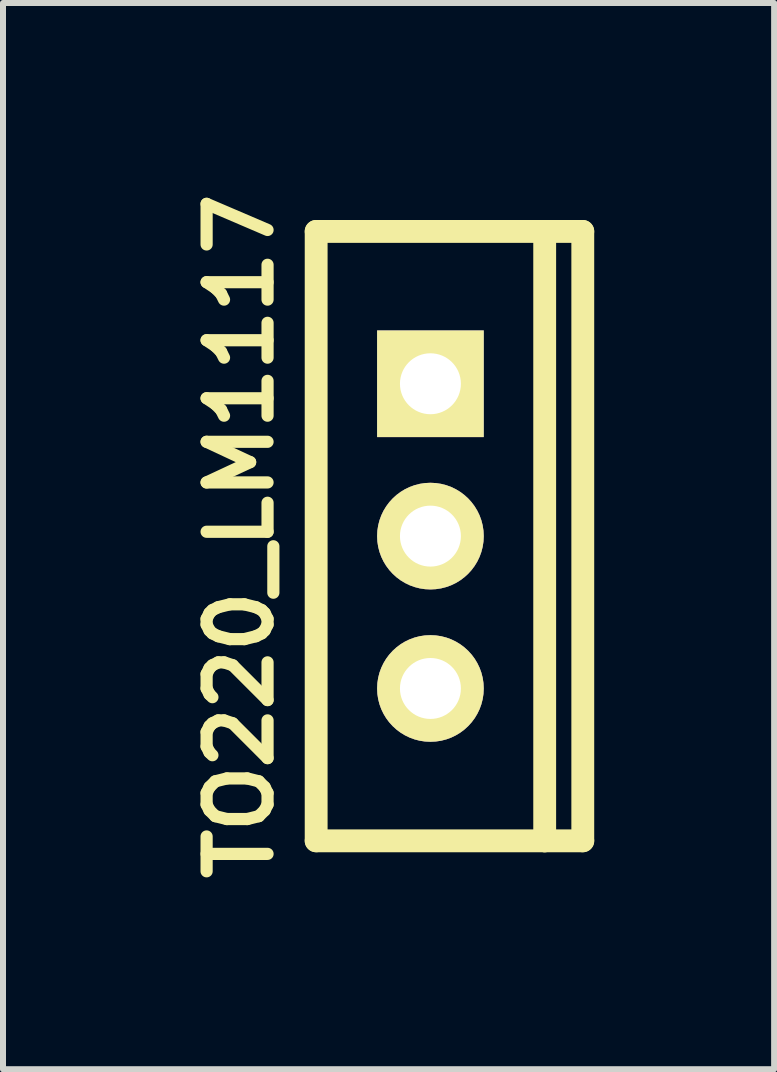
<source format=kicad_pcb>
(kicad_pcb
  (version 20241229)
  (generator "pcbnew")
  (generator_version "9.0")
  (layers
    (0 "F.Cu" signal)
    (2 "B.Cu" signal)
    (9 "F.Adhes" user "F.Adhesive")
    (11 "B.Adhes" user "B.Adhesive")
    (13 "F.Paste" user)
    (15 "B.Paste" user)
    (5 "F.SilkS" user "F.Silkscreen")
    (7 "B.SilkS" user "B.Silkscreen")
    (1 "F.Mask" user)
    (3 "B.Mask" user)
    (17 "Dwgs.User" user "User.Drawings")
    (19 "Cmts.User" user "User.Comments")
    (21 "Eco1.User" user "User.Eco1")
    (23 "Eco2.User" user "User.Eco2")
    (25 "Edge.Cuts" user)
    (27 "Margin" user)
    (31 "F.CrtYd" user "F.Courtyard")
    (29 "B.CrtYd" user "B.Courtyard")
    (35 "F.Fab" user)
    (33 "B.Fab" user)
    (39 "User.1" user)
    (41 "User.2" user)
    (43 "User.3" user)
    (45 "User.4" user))
  (footprint "TO220_LM1117"
    (layer "F.Cu")
    (at 4.126 5.888)
    (property "Reference" "TO220_LM1117" (at -3.175 0 90) (layer "F.SilkS") (effects (font (size 1.016 1.016) (thickness 0.203))))
    (attr through_hole)
    (fp_line (start -1.905 -5.08) (end 1.905 -5.08) (stroke (width 0.381) (type solid)) (layer "F.SilkS"))
    (fp_line (start -1.905 5.08) (end -1.905 -5.08) (stroke (width 0.381) (type solid)) (layer "F.SilkS"))
    (fp_line (start 1.905 -5.08) (end 1.905 5.08) (stroke (width 0.381) (type solid)) (layer "F.SilkS"))
    (fp_line (start 1.905 -5.08) (end 2.54 -5.08) (stroke (width 0.381) (type solid)) (layer "F.SilkS"))
    (fp_line (start 1.905 5.08) (end -1.905 5.08) (stroke (width 0.381) (type solid)) (layer "F.SilkS"))
    (fp_line (start 2.54 -5.08) (end 2.54 5.08) (stroke (width 0.381) (type solid)) (layer "F.SilkS"))
    (fp_line (start 2.54 5.08) (end 1.905 5.08) (stroke (width 0.381) (type solid)) (layer "F.SilkS"))
    (pad "ADJ" thru_hole rect (at 0 -2.54) (size 1.778 1.778) (drill 1.016) (layers "*.Cu" "*.Mask" "F.SilkS"))
    (pad "IN" thru_hole circle (at 0 2.54) (size 1.778 1.778) (drill 1.016) (layers "*.Cu" "*.Mask" "F.SilkS"))
    (pad "OUT" thru_hole circle (at 0 0) (size 1.778 1.778) (drill 1.016) (layers "*.Cu" "*.Mask" "F.SilkS")))
  (gr_rect
    (start -3 -3)
    (end 9.856 14.776)
    (stroke (width 0.1) (type default))
    (fill no)
    (layer "Edge.Cuts")))
</source>
